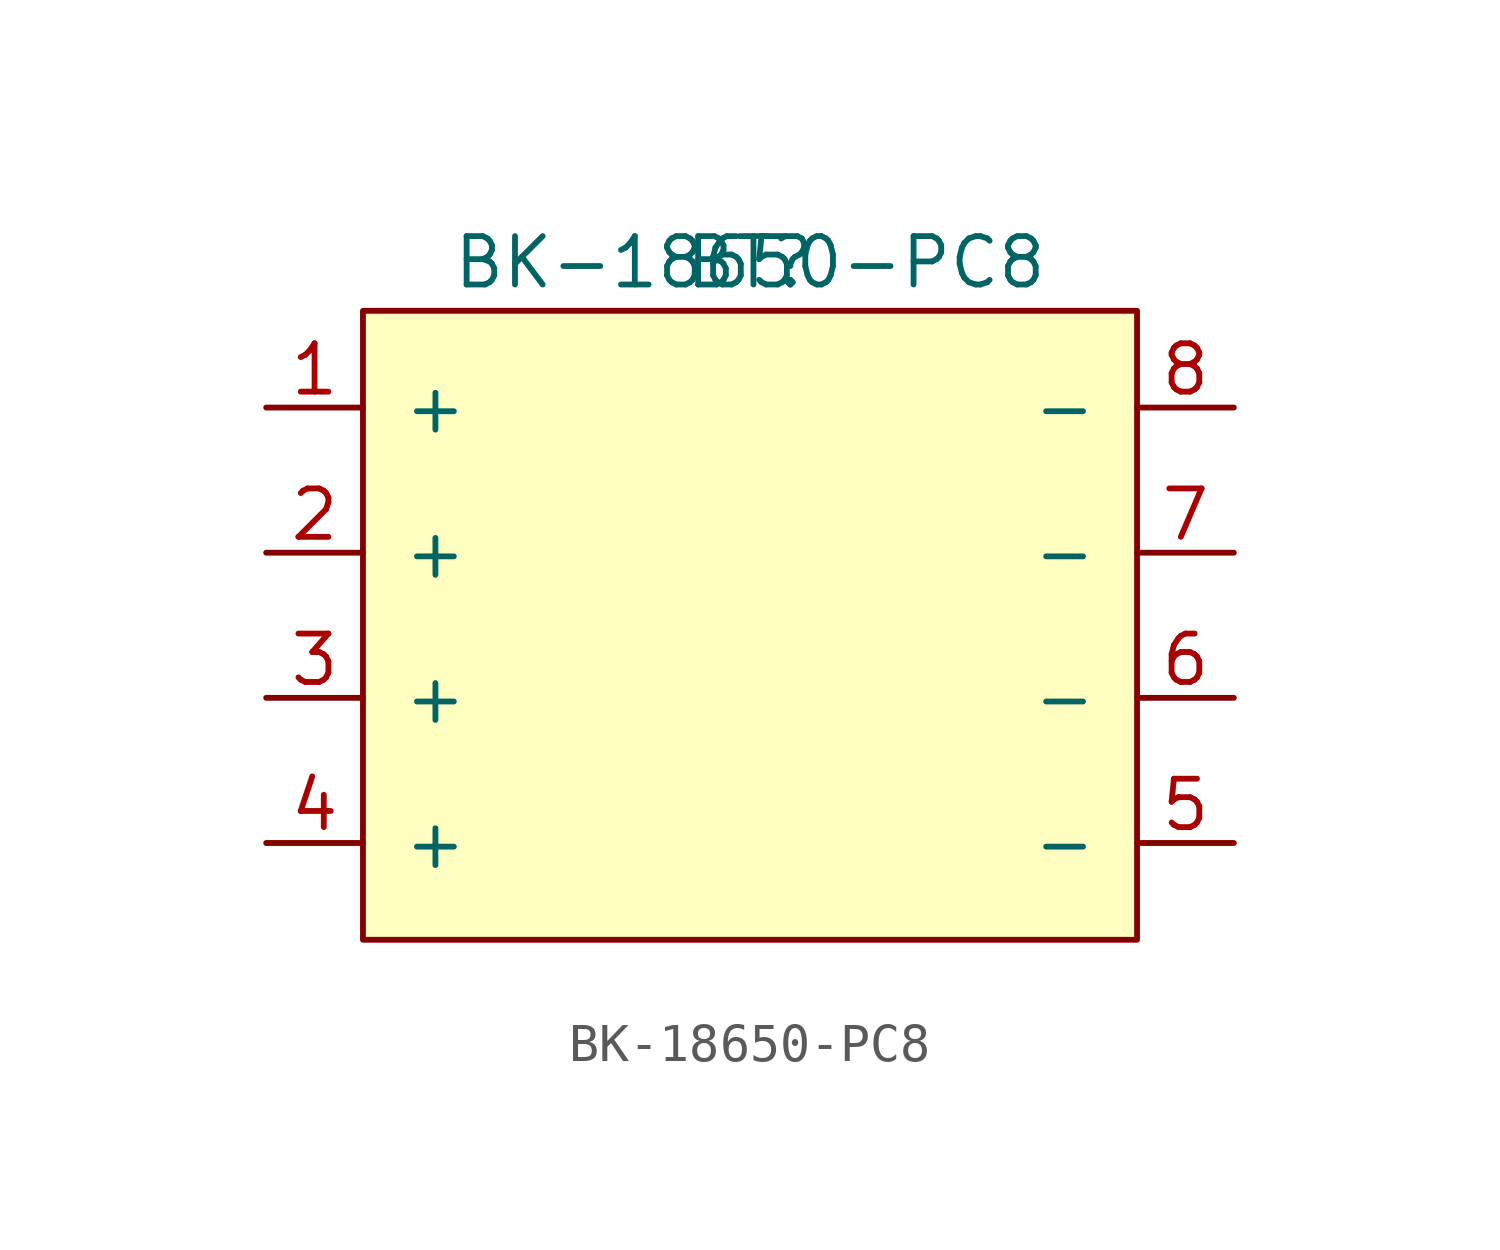
<source format=kicad_sym>
(kicad_symbol_lib
  (version 20211014)
  (generator kicad_symbol_editor)
  (symbol "BK-18650-PC8"
    (pin_names
      (offset 1.016))
    (property "Reference" "BT"
      (at 0 0 0)
      (effects (font (size 1.27 1.27))))
    (property "Value" "BK-18650-PC8"
      (at 0 0 0)
      (effects (font (size 1.27 1.27))))
    (symbol "BK-18650-PC8_0_1"
      (rectangle (start -10.16 -1.27) (end 10.16 -17.78) (stroke (width 0) (type default) (color 0 0 0 0)) (fill (type background))))
    (symbol "BK-18650-PC8_1_1"
      (pin power_out line (at -12.7 -3.81 0) (length 2.54) (name "+" (effects (font (size 1.27 1.27)))) (number "1" (effects (font (size 1.27 1.27)))))
      (pin power_out line (at -12.7 -7.62 0) (length 2.54) (name "+" (effects (font (size 1.27 1.27)))) (number "2" (effects (font (size 1.27 1.27)))))
      (pin power_out line (at -12.7 -11.43 0) (length 2.54) (name "+" (effects (font (size 1.27 1.27)))) (number "3" (effects (font (size 1.27 1.27)))))
      (pin power_out line (at -12.7 -15.24 0) (length 2.54) (name "+" (effects (font (size 1.27 1.27)))) (number "4" (effects (font (size 1.27 1.27)))))
      (pin power_out line (at 12.7 -15.24 180) (length 2.54) (name "-" (effects (font (size 1.27 1.27)))) (number "5" (effects (font (size 1.27 1.27)))))
      (pin power_out line (at 12.7 -11.43 180) (length 2.54) (name "-" (effects (font (size 1.27 1.27)))) (number "6" (effects (font (size 1.27 1.27)))))
      (pin power_out line (at 12.7 -7.62 180) (length 2.54) (name "-" (effects (font (size 1.27 1.27)))) (number "7" (effects (font (size 1.27 1.27)))))
      (pin power_out line (at 12.7 -3.81 180) (length 2.54) (name "-" (effects (font (size 1.27 1.27)))) (number "8" (effects (font (size 1.27 1.27))))))))
</source>
